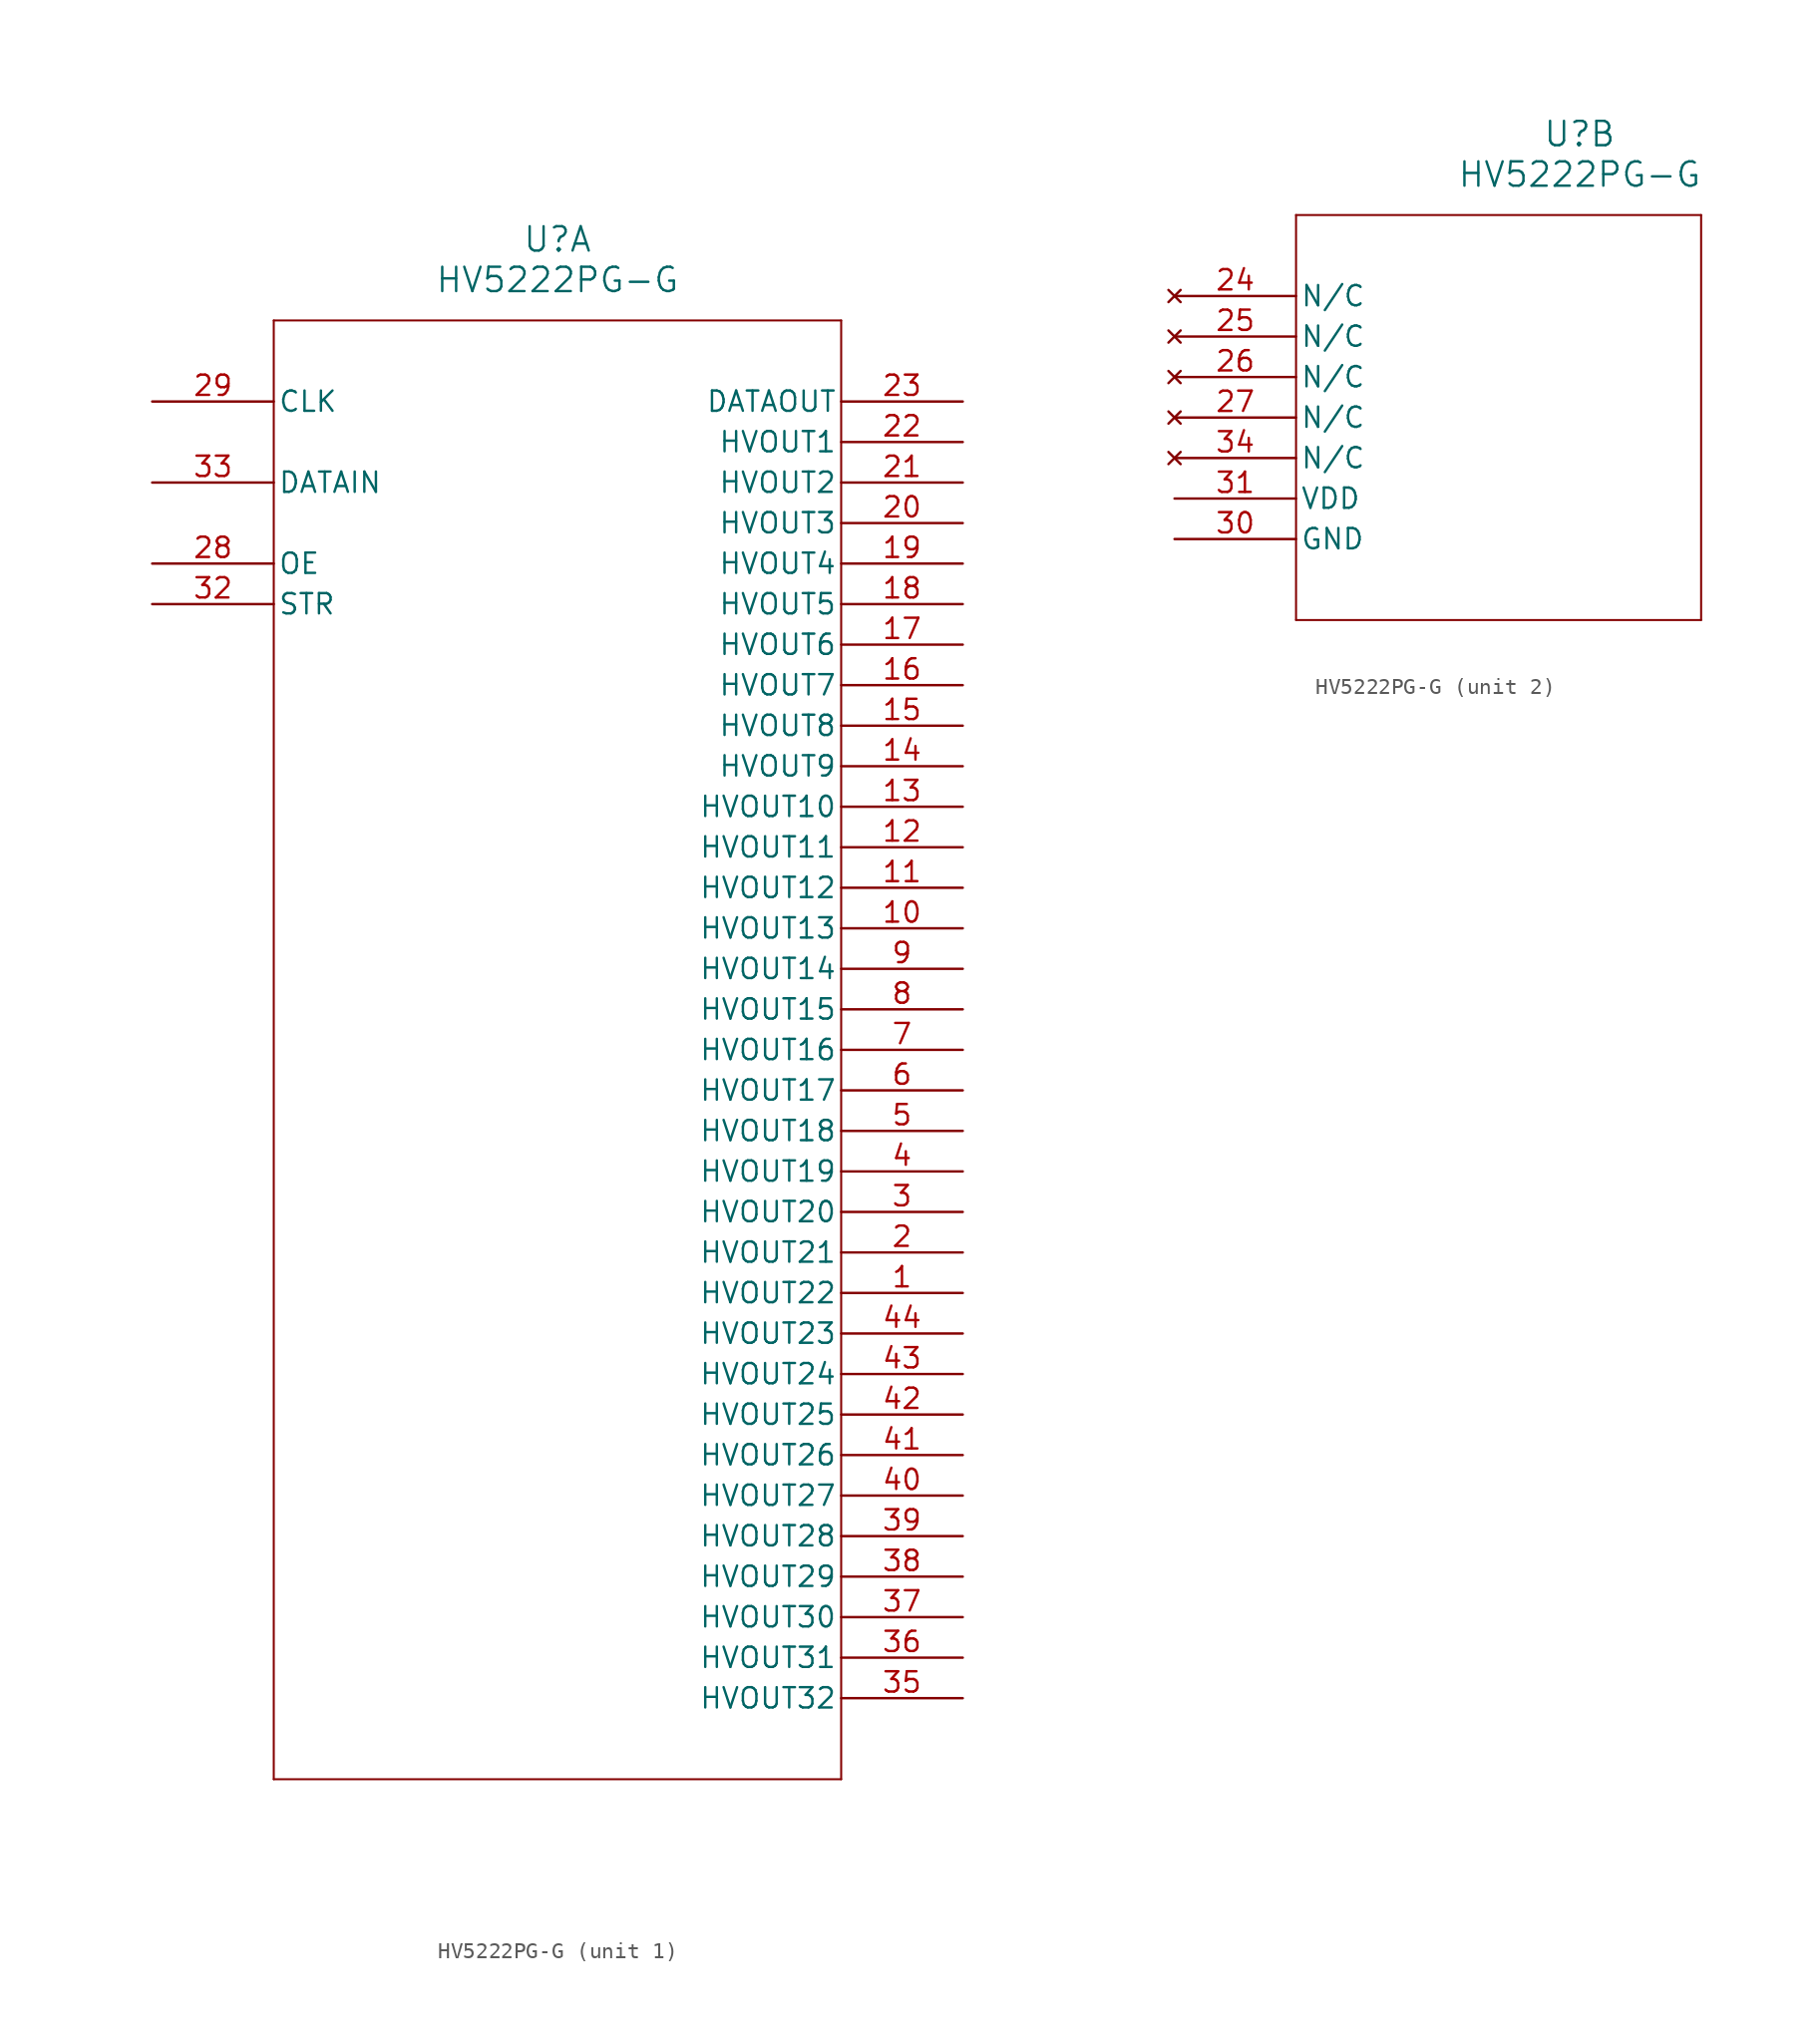
<source format=kicad_sym>
(kicad_symbol_lib
  (version 20211014)
  (generator kicad_symbol_editor)
  (symbol "HV5222PG-G"
    (pin_names
      (offset 0.254))
    (property "Reference" "U"
      (at 25.4 10.16 0)
      (effects (font (size 1.524 1.524))))
    (property "Value" "HV5222PG-G"
      (at 25.4 7.62 0)
      (effects (font (size 1.524 1.524))))
    (symbol "HV5222PG-G_1_1"
      (polyline (pts (xy 7.62 5.08) (xy 7.62 -86.36)) (stroke (width 0.127) (type default) (color 0 0 0 0)) (fill (type none)))
      (polyline (pts (xy 7.62 -86.36) (xy 43.18 -86.36)) (stroke (width 0.127) (type default) (color 0 0 0 0)) (fill (type none)))
      (polyline (pts (xy 43.18 -86.36) (xy 43.18 5.08)) (stroke (width 0.127) (type default) (color 0 0 0 0)) (fill (type none)))
      (polyline (pts (xy 43.18 5.08) (xy 7.62 5.08)) (stroke (width 0.127) (type default) (color 0 0 0 0)) (fill (type none)))
      (pin output line (at 50.8 -55.88 180) (length 7.62) (name "HVOUT22" (effects (font (size 1.27 1.27)))) (number "1" (effects (font (size 1.27 1.27)))))
      (pin output line (at 50.8 -53.34 180) (length 7.62) (name "HVOUT21" (effects (font (size 1.27 1.27)))) (number "2" (effects (font (size 1.27 1.27)))))
      (pin output line (at 50.8 -50.8 180) (length 7.62) (name "HVOUT20" (effects (font (size 1.27 1.27)))) (number "3" (effects (font (size 1.27 1.27)))))
      (pin output line (at 50.8 -48.26 180) (length 7.62) (name "HVOUT19" (effects (font (size 1.27 1.27)))) (number "4" (effects (font (size 1.27 1.27)))))
      (pin output line (at 50.8 -45.72 180) (length 7.62) (name "HVOUT18" (effects (font (size 1.27 1.27)))) (number "5" (effects (font (size 1.27 1.27)))))
      (pin output line (at 50.8 -43.18 180) (length 7.62) (name "HVOUT17" (effects (font (size 1.27 1.27)))) (number "6" (effects (font (size 1.27 1.27)))))
      (pin output line (at 50.8 -40.64 180) (length 7.62) (name "HVOUT16" (effects (font (size 1.27 1.27)))) (number "7" (effects (font (size 1.27 1.27)))))
      (pin output line (at 50.8 -38.1 180) (length 7.62) (name "HVOUT15" (effects (font (size 1.27 1.27)))) (number "8" (effects (font (size 1.27 1.27)))))
      (pin output line (at 50.8 -35.56 180) (length 7.62) (name "HVOUT14" (effects (font (size 1.27 1.27)))) (number "9" (effects (font (size 1.27 1.27)))))
      (pin output line (at 50.8 -33.02 180) (length 7.62) (name "HVOUT13" (effects (font (size 1.27 1.27)))) (number "10" (effects (font (size 1.27 1.27)))))
      (pin output line (at 50.8 -30.48 180) (length 7.62) (name "HVOUT12" (effects (font (size 1.27 1.27)))) (number "11" (effects (font (size 1.27 1.27)))))
      (pin output line (at 50.8 -27.94 180) (length 7.62) (name "HVOUT11" (effects (font (size 1.27 1.27)))) (number "12" (effects (font (size 1.27 1.27)))))
      (pin output line (at 50.8 -25.4 180) (length 7.62) (name "HVOUT10" (effects (font (size 1.27 1.27)))) (number "13" (effects (font (size 1.27 1.27)))))
      (pin output line (at 50.8 -22.86 180) (length 7.62) (name "HVOUT9" (effects (font (size 1.27 1.27)))) (number "14" (effects (font (size 1.27 1.27)))))
      (pin output line (at 50.8 -20.32 180) (length 7.62) (name "HVOUT8" (effects (font (size 1.27 1.27)))) (number "15" (effects (font (size 1.27 1.27)))))
      (pin output line (at 50.8 -17.78 180) (length 7.62) (name "HVOUT7" (effects (font (size 1.27 1.27)))) (number "16" (effects (font (size 1.27 1.27)))))
      (pin output line (at 50.8 -15.24 180) (length 7.62) (name "HVOUT6" (effects (font (size 1.27 1.27)))) (number "17" (effects (font (size 1.27 1.27)))))
      (pin output line (at 50.8 -12.7 180) (length 7.62) (name "HVOUT5" (effects (font (size 1.27 1.27)))) (number "18" (effects (font (size 1.27 1.27)))))
      (pin output line (at 50.8 -10.16 180) (length 7.62) (name "HVOUT4" (effects (font (size 1.27 1.27)))) (number "19" (effects (font (size 1.27 1.27)))))
      (pin output line (at 50.8 -7.62 180) (length 7.62) (name "HVOUT3" (effects (font (size 1.27 1.27)))) (number "20" (effects (font (size 1.27 1.27)))))
      (pin output line (at 50.8 -5.08 180) (length 7.62) (name "HVOUT2" (effects (font (size 1.27 1.27)))) (number "21" (effects (font (size 1.27 1.27)))))
      (pin output line (at 50.8 -2.54 180) (length 7.62) (name "HVOUT1" (effects (font (size 1.27 1.27)))) (number "22" (effects (font (size 1.27 1.27)))))
      (pin output line (at 50.8 0 180) (length 7.62) (name "DATAOUT" (effects (font (size 1.27 1.27)))) (number "23" (effects (font (size 1.27 1.27)))))
      (pin bidirectional line (at 0 -10.16 0) (length 7.62) (name "OE" (effects (font (size 1.27 1.27)))) (number "28" (effects (font (size 1.27 1.27)))))
      (pin input line (at 0 0 0) (length 7.62) (name "CLK" (effects (font (size 1.27 1.27)))) (number "29" (effects (font (size 1.27 1.27)))))
      (pin unspecified line (at 0 -12.7 0) (length 7.62) (name "STR" (effects (font (size 1.27 1.27)))) (number "32" (effects (font (size 1.27 1.27)))))
      (pin input line (at 0 -5.08 0) (length 7.62) (name "DATAIN" (effects (font (size 1.27 1.27)))) (number "33" (effects (font (size 1.27 1.27)))))
      (pin output line (at 50.8 -81.28 180) (length 7.62) (name "HVOUT32" (effects (font (size 1.27 1.27)))) (number "35" (effects (font (size 1.27 1.27)))))
      (pin output line (at 50.8 -78.74 180) (length 7.62) (name "HVOUT31" (effects (font (size 1.27 1.27)))) (number "36" (effects (font (size 1.27 1.27)))))
      (pin output line (at 50.8 -76.2 180) (length 7.62) (name "HVOUT30" (effects (font (size 1.27 1.27)))) (number "37" (effects (font (size 1.27 1.27)))))
      (pin output line (at 50.8 -73.66 180) (length 7.62) (name "HVOUT29" (effects (font (size 1.27 1.27)))) (number "38" (effects (font (size 1.27 1.27)))))
      (pin output line (at 50.8 -71.12 180) (length 7.62) (name "HVOUT28" (effects (font (size 1.27 1.27)))) (number "39" (effects (font (size 1.27 1.27)))))
      (pin output line (at 50.8 -68.58 180) (length 7.62) (name "HVOUT27" (effects (font (size 1.27 1.27)))) (number "40" (effects (font (size 1.27 1.27)))))
      (pin output line (at 50.8 -66.04 180) (length 7.62) (name "HVOUT26" (effects (font (size 1.27 1.27)))) (number "41" (effects (font (size 1.27 1.27)))))
      (pin output line (at 50.8 -63.5 180) (length 7.62) (name "HVOUT25" (effects (font (size 1.27 1.27)))) (number "42" (effects (font (size 1.27 1.27)))))
      (pin output line (at 50.8 -60.96 180) (length 7.62) (name "HVOUT24" (effects (font (size 1.27 1.27)))) (number "43" (effects (font (size 1.27 1.27)))))
      (pin output line (at 50.8 -58.42 180) (length 7.62) (name "HVOUT23" (effects (font (size 1.27 1.27)))) (number "44" (effects (font (size 1.27 1.27))))))
    (symbol "HV5222PG-G_2_1"
      (polyline (pts (xy 7.62 5.08) (xy 7.62 -20.32)) (stroke (width 0.127) (type default) (color 0 0 0 0)) (fill (type none)))
      (polyline (pts (xy 7.62 -20.32) (xy 33.02 -20.32)) (stroke (width 0.127) (type default) (color 0 0 0 0)) (fill (type none)))
      (polyline (pts (xy 33.02 -20.32) (xy 33.02 5.08)) (stroke (width 0.127) (type default) (color 0 0 0 0)) (fill (type none)))
      (polyline (pts (xy 33.02 5.08) (xy 7.62 5.08)) (stroke (width 0.127) (type default) (color 0 0 0 0)) (fill (type none)))
      (pin no_connect line (at 0 0 0) (length 7.62) (name "N/C" (effects (font (size 1.27 1.27)))) (number "24" (effects (font (size 1.27 1.27)))))
      (pin no_connect line (at 0 -2.54 0) (length 7.62) (name "N/C" (effects (font (size 1.27 1.27)))) (number "25" (effects (font (size 1.27 1.27)))))
      (pin no_connect line (at 0 -5.08 0) (length 7.62) (name "N/C" (effects (font (size 1.27 1.27)))) (number "26" (effects (font (size 1.27 1.27)))))
      (pin no_connect line (at 0 -7.62 0) (length 7.62) (name "N/C" (effects (font (size 1.27 1.27)))) (number "27" (effects (font (size 1.27 1.27)))))
      (pin power_out line (at 0 -15.24 0) (length 7.62) (name "GND" (effects (font (size 1.27 1.27)))) (number "30" (effects (font (size 1.27 1.27)))))
      (pin power_in line (at 0 -12.7 0) (length 7.62) (name "VDD" (effects (font (size 1.27 1.27)))) (number "31" (effects (font (size 1.27 1.27)))))
      (pin no_connect line (at 0 -10.16 0) (length 7.62) (name "N/C" (effects (font (size 1.27 1.27)))) (number "34" (effects (font (size 1.27 1.27))))))))
</source>
